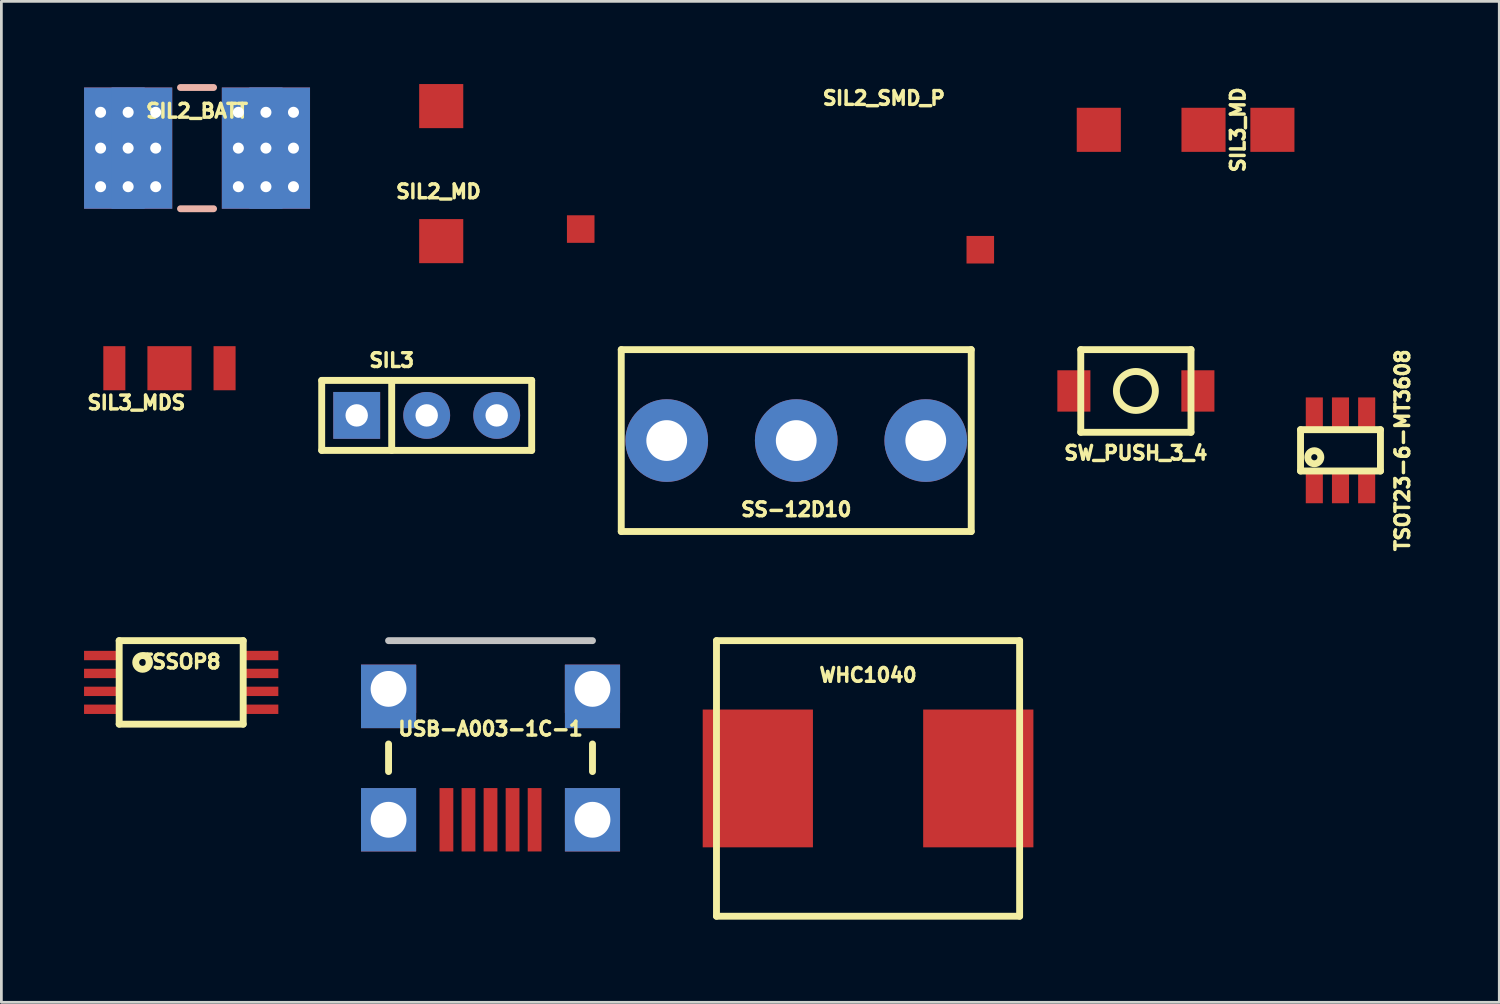
<source format=kicad_pcb>
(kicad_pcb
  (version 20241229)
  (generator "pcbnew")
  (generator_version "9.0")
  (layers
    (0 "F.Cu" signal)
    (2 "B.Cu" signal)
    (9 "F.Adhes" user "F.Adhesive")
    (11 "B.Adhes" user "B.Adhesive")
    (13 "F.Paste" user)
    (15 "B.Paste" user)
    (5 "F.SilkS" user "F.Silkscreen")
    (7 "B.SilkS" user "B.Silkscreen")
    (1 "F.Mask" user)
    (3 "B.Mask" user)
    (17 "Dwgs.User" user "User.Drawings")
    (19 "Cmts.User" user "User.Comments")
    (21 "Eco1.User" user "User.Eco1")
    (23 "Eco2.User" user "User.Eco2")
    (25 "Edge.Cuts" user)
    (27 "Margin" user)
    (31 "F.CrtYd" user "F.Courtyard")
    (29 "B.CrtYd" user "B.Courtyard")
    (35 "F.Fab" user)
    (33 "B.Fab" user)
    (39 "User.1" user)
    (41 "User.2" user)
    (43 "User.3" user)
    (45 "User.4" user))
  (footprint "SS-12D10"
    (layer "F.Cu")
    (at 25.844 12.937)
    (property "Reference" "SS-12D10" (at 0 2.5 0) (layer "F.SilkS") (effects (font (size 0.5 0.5) (thickness 0.125))))
    (attr through_hole)
    (fp_line (start -6.35 -3.3) (end -6.35 3.3) (stroke (width 0.25) (type solid)) (layer "F.SilkS"))
    (fp_line (start -6.35 3.3) (end 6.35 3.3) (stroke (width 0.25) (type solid)) (layer "F.SilkS"))
    (fp_line (start 6.35 -3.3) (end -6.35 -3.3) (stroke (width 0.25) (type solid)) (layer "F.SilkS"))
    (fp_line (start 6.35 -3.3) (end 6.35 3.3) (stroke (width 0.25) (type solid)) (layer "F.SilkS"))
    (pad "1" thru_hole circle (at -4.7 0) (size 3 3) (drill 1.48) (layers "*.Cu" "*.Mask"))
    (pad "2" thru_hole circle (at 0 0) (size 3 3) (drill 1.48) (layers "*.Cu" "*.Mask"))
    (pad "3" thru_hole circle (at 4.7 0) (size 3 3) (drill 1.48) (layers "*.Cu" "*.Mask")))
  (footprint "SIL3"
    (layer "F.Cu")
    (at 11.164 12.024)
    (property "Reference" "SIL3" (at 0 -2 0) (layer "F.SilkS") (effects (font (size 0.5 0.5) (thickness 0.125))))
    (attr through_hole)
    (fp_line (start -2.54 -1.27) (end 5.08 -1.27) (stroke (width 0.25) (type solid)) (layer "F.SilkS"))
    (fp_line (start -2.54 1.27) (end -2.54 -1.27) (stroke (width 0.25) (type solid)) (layer "F.SilkS"))
    (fp_line (start 0 -1.27) (end 0 1.27) (stroke (width 0.25) (type solid)) (layer "F.SilkS"))
    (fp_line (start 5.08 -1.27) (end 5.08 1.27) (stroke (width 0.25) (type solid)) (layer "F.SilkS"))
    (fp_line (start 5.08 1.27) (end -2.54 1.27) (stroke (width 0.25) (type solid)) (layer "F.SilkS"))
    (pad "1" thru_hole rect (at -1.27 0) (size 1.7 1.7) (drill 0.813) (layers "*.Cu" "*.Mask"))
    (pad "2" thru_hole circle (at 1.27 0) (size 1.7 1.7) (drill 0.813) (layers "*.Cu" "*.Mask"))
    (pad "3" thru_hole circle (at 3.81 0) (size 1.7 1.7) (drill 0.813) (layers "*.Cu" "*.Mask")))
  (footprint "SIL2_SMD_P"
    (layer "F.Cu")
    (at 29.023 0.512)
    (property "Reference" "SIL2_SMD_P" (at 0 0 0) (layer "F.SilkS") (effects (font (size 0.5 0.5) (thickness 0.125))))
    (attr through_hole)
    (pad "1" smd rect (at -11 4.75) (size 1 1) (layers "F.Cu" "F.Mask"))
    (pad "2" smd rect (at 3.5 5.5) (size 1 1) (layers "F.Cu" "F.Mask")))
  (footprint "WHC1040"
    (layer "F.Cu")
    (at 28.45 25.198)
    (property "Reference" "WHC1040" (at 0 -3.75 0) (layer "F.SilkS") (effects (font (size 0.5 0.5) (thickness 0.125))))
    (attr through_hole)
    (fp_line (start -5.5 -5) (end 5.5 -5) (stroke (width 0.25) (type solid)) (layer "F.SilkS"))
    (fp_line (start -5.5 5) (end -5.5 -5) (stroke (width 0.25) (type solid)) (layer "F.SilkS"))
    (fp_line (start -5.5 5) (end 5.5 5) (stroke (width 0.25) (type solid)) (layer "F.SilkS"))
    (fp_line (start 5.5 5) (end 5.5 -5) (stroke (width 0.25) (type solid)) (layer "F.SilkS"))
    (pad "1" smd rect (at -4 0) (size 4 5) (layers "F.Cu" "F.Mask" "F.Paste"))
    (pad "2" smd rect (at 4 0) (size 4 5) (layers "F.Cu" "F.Mask" "F.Paste")))
  (footprint "SIL2_BATT"
    (layer "F.Cu")
    (at 4.1 1.225)
    (property "Reference" "SIL2_BATT" (at 0 -0.25 0) (layer "F.SilkS") (effects (font (size 0.5 0.5) (thickness 0.125))))
    (attr through_hole)
    (fp_line (start -0.6 -1.1) (end 0.6 -1.1) (stroke (width 0.25) (type solid)) (layer "B.SilkS"))
    (fp_line (start -0.6 3.3) (end 0.6 3.3) (stroke (width 0.25) (type solid)) (layer "B.SilkS"))
    (pad "1" thru_hole circle (at -3.5 -0.2) (size 0.9 0.9) (drill 0.4) (layers "*.Cu" "*.Mask"))
    (pad "1" thru_hole circle (at -3.5 1.1) (size 0.9 0.9) (drill 0.4) (layers "*.Cu" "*.Mask"))
    (pad "1" thru_hole circle (at -3.5 2.5) (size 0.9 0.9) (drill 0.4) (layers "*.Cu" "*.Mask"))
    (pad "1" smd rect (at -3 1.1) (size 2.2 4.4) (layers "F.Cu"))
    (pad "1" smd rect (at -3 1.1) (size 2.2 4.4) (layers "B.Cu" "B.Mask"))
    (pad "1" thru_hole circle (at -2.5 -0.2) (size 0.9 0.9) (drill 0.4) (layers "*.Cu" "*.Mask"))
    (pad "1" thru_hole circle (at -2.5 1.1) (size 0.9 0.9) (drill 0.4) (layers "*.Cu" "*.Mask"))
    (pad "1" thru_hole circle (at -2.5 2.5) (size 0.9 0.9) (drill 0.4) (layers "*.Cu" "*.Mask"))
    (pad "1" smd rect (at -2 1.1) (size 2.2 4.4) (layers "F.Cu"))
    (pad "1" smd rect (at -2 1.1) (size 2.2 4.4) (layers "B.Cu" "B.Mask"))
    (pad "1" thru_hole circle (at -1.5 -0.2) (size 0.9 0.9) (drill 0.4) (layers "*.Cu" "*.Mask"))
    (pad "1" thru_hole circle (at -1.5 1.1) (size 0.9 0.9) (drill 0.4) (layers "*.Cu" "*.Mask"))
    (pad "1" thru_hole circle (at -1.5 2.5) (size 0.9 0.9) (drill 0.4) (layers "*.Cu" "*.Mask"))
    (pad "2" thru_hole circle (at 1.5 -0.2) (size 0.9 0.9) (drill 0.4) (layers "*.Cu" "*.Mask"))
    (pad "2" thru_hole circle (at 1.5 1.1) (size 0.9 0.9) (drill 0.4) (layers "*.Cu" "*.Mask"))
    (pad "2" thru_hole circle (at 1.5 2.5) (size 0.9 0.9) (drill 0.4) (layers "*.Cu" "*.Mask"))
    (pad "2" smd rect (at 2 1.1) (size 2.2 4.4) (layers "F.Cu"))
    (pad "2" smd rect (at 2 1.1) (size 2.2 4.4) (layers "B.Cu" "B.Mask"))
    (pad "2" thru_hole circle (at 2.5 -0.2) (size 0.9 0.9) (drill 0.4) (layers "*.Cu" "*.Mask"))
    (pad "2" thru_hole circle (at 2.5 1.1) (size 0.9 0.9) (drill 0.4) (layers "*.Cu" "*.Mask"))
    (pad "2" thru_hole circle (at 2.5 2.5) (size 0.9 0.9) (drill 0.4) (layers "*.Cu" "*.Mask"))
    (pad "2" smd rect (at 3 1.1) (size 2.2 4.4) (layers "F.Cu"))
    (pad "2" smd rect (at 3 1.1) (size 2.2 4.4) (layers "B.Cu" "B.Mask"))
    (pad "2" thru_hole circle (at 3.5 -0.2) (size 0.9 0.9) (drill 0.4) (layers "*.Cu" "*.Mask"))
    (pad "2" thru_hole circle (at 3.5 1.1) (size 0.9 0.9) (drill 0.4) (layers "*.Cu" "*.Mask"))
    (pad "2" thru_hole circle (at 3.5 2.5) (size 0.9 0.9) (drill 0.4) (layers "*.Cu" "*.Mask")))
  (footprint "TSSOP8"
    (layer "F.Cu")
    (at 3.525 21.713)
    (property "Reference" "TSSOP8" (at 0 -0.75 0) (layer "F.SilkS") (effects (font (size 0.5 0.5) (thickness 0.125))))
    (attr smd)
    (fp_line (start -2.25 -1.515) (end -2.25 1.515) (stroke (width 0.25) (type solid)) (layer "F.SilkS"))
    (fp_line (start -2.25 -1.515) (end 2.25 -1.515) (stroke (width 0.25) (type solid)) (layer "F.SilkS"))
    (fp_line (start -2.25 1.515) (end 2.25 1.515) (stroke (width 0.25) (type solid)) (layer "F.SilkS"))
    (fp_line (start 2.25 -1.515) (end 2.25 1.515) (stroke (width 0.25) (type solid)) (layer "F.SilkS"))
    (fp_circle (center -1.4 -0.725) (end -1.15 -0.725) (stroke (width 0.25) (type solid)) (fill no) (layer "F.SilkS"))
    (pad "1" smd rect (at -2.9 -0.975) (size 1.25 0.34) (layers "F.Cu" "F.Mask" "F.Paste"))
    (pad "2" smd rect (at -2.9 -0.325) (size 1.25 0.34) (layers "F.Cu" "F.Mask" "F.Paste"))
    (pad "3" smd rect (at -2.9 0.325) (size 1.25 0.34) (layers "F.Cu" "F.Mask" "F.Paste"))
    (pad "4" smd rect (at -2.9 0.975) (size 1.25 0.34) (layers "F.Cu" "F.Mask" "F.Paste"))
    (pad "5" smd rect (at 2.9 0.975) (size 1.25 0.34) (layers "F.Cu" "F.Mask" "F.Paste"))
    (pad "6" smd rect (at 2.9 0.325) (size 1.25 0.34) (layers "F.Cu" "F.Mask" "F.Paste"))
    (pad "7" smd rect (at 2.9 -0.325) (size 1.25 0.34) (layers "F.Cu" "F.Mask" "F.Paste"))
    (pad "8" smd rect (at 2.9 -0.975) (size 1.25 0.34) (layers "F.Cu" "F.Mask" "F.Paste")))
  (footprint "TSOT23-6-MT3608"
    (layer "F.Cu")
    (at 45.594 13.292)
    (property "Reference" "TSOT23-6-MT3608" (at 2.25 0 90) (layer "F.SilkS") (effects (font (size 0.5 0.5) (thickness 0.125))))
    (attr through_hole)
    (fp_line (start -1.45 -0.75) (end -1.45 0.75) (stroke (width 0.25) (type solid)) (layer "F.SilkS"))
    (fp_line (start -1.45 -0.75) (end 1.45 -0.75) (stroke (width 0.25) (type solid)) (layer "F.SilkS"))
    (fp_line (start -1.45 0.75) (end 1.45 0.75) (stroke (width 0.25) (type solid)) (layer "F.SilkS"))
    (fp_line (start 1.45 -0.75) (end 1.45 0.75) (stroke (width 0.25) (type solid)) (layer "F.SilkS"))
    (fp_circle (center -0.95 0.25) (end -0.85 0.3) (stroke (width 0.25) (type solid)) (fill no) (layer "F.SilkS"))
    (pad "1" smd rect (at -0.95 1.31) (size 0.62 1.22) (layers "F.Cu" "F.Mask" "F.Paste"))
    (pad "2" smd rect (at 0 1.31) (size 0.62 1.22) (layers "F.Cu" "F.Mask" "F.Paste"))
    (pad "3" smd rect (at 0.95 1.31) (size 0.62 1.22) (layers "F.Cu" "F.Mask" "F.Paste"))
    (pad "4" smd rect (at 0.95 -1.31) (size 0.62 1.22) (layers "F.Cu" "F.Mask" "F.Paste"))
    (pad "5" smd rect (at -0.95 -1.31) (size 0.62 1.22) (layers "F.Cu" "F.Mask" "F.Paste"))
    (pad "5" smd rect (at 0 -1.31) (size 0.62 1.22) (layers "F.Cu" "F.Mask" "F.Paste")))
  (footprint "SIL3_MDS"
    (layer "F.Cu")
    (at 1.899 10.312)
    (property "Reference" "SIL3_MDS" (at 0 1.25 0) (layer "F.SilkS") (effects (font (size 0.5 0.5) (thickness 0.125))))
    (attr through_hole)
    (pad "1" smd rect (at -0.8 0) (size 0.8 1.6) (layers "F.Cu" "F.Mask" "F.Paste"))
    (pad "2" smd rect (at 1.2 0) (size 1.6 1.6) (layers "F.Cu" "F.Mask" "F.Paste"))
    (pad "3" smd rect (at 3.2 0) (size 0.8 1.6) (layers "F.Cu" "F.Mask" "F.Paste")))
  (footprint "SIL2_MD"
    (layer "F.Cu")
    (at 11.861 0.4)
    (property "Reference" "SIL2_MD" (at 1 3.5 0) (layer "F.SilkS") (effects (font (size 0.5 0.5) (thickness 0.125))))
    (attr through_hole)
    (pad "1" smd rect (at 1.1 5.3) (size 1.6 1.6) (layers "F.Cu" "F.Mask" "F.Paste"))
    (pad "2" smd rect (at 1.1 0.4) (size 1.6 1.6) (layers "F.Cu" "F.Mask" "F.Paste")))
  (footprint "SIL3_MD"
    (layer "F.Cu")
    (at 39.123 1.661)
    (property "Reference" "SIL3_MD" (at 2.75 0 90) (layer "F.SilkS") (effects (font (size 0.5 0.5) (thickness 0.125))))
    (attr through_hole)
    (pad "1" smd rect (at 1.5 0) (size 1.6 1.6) (layers "F.Cu" "F.Mask" "F.Paste"))
    (pad "2" smd rect (at -2.3 0) (size 1.6 1.6) (layers "F.Cu" "F.Mask" "F.Paste"))
    (pad "3" smd rect (at 4 0) (size 1.6 1.6) (layers "F.Cu" "F.Mask" "F.Paste")))
  (footprint "SW_PUSH_3_4"
    (layer "F.Cu")
    (at 35.919 11.137)
    (property "Reference" "SW_PUSH_3_4" (at 2.25 2.25 0) (layer "F.SilkS") (effects (font (size 0.5 0.5) (thickness 0.125))))
    (attr through_hole)
    (fp_line (start 0.25 -1.5) (end 4.25 -1.5) (stroke (width 0.25) (type solid)) (layer "F.SilkS"))
    (fp_line (start 0.25 1.5) (end 0.25 -1.5) (stroke (width 0.25) (type solid)) (layer "F.SilkS"))
    (fp_line (start 4.25 -1.5) (end 4.25 1.5) (stroke (width 0.25) (type solid)) (layer "F.SilkS"))
    (fp_line (start 4.25 1.5) (end 0.25 1.5) (stroke (width 0.25) (type solid)) (layer "F.SilkS"))
    (fp_circle (center 2.25 0) (end 2.75 0.5) (stroke (width 0.25) (type solid)) (fill no) (layer "F.SilkS"))
    (pad "1" smd rect (at 0 0) (size 1.2 1.5) (layers "F.Cu" "F.Mask" "F.Paste"))
    (pad "2" smd rect (at 4.5 0) (size 1.2 1.5) (layers "F.Cu" "F.Mask" "F.Paste")))
  (footprint "USB-A003-1C-1"
    (layer "F.Cu")
    (at 14.75 26.698)
    (property "Reference" "USB-A003-1C-1" (at 0 -3.3 0) (layer "F.SilkS") (effects (font (size 0.5 0.5) (thickness 0.125))))
    (attr through_hole)
    (fp_line (start -3.7 -2.75) (end -3.7 -1.75) (stroke (width 0.25) (type solid)) (layer "F.SilkS"))
    (fp_line (start 3.7 -2.75) (end 3.7 -1.75) (stroke (width 0.25) (type solid)) (layer "F.SilkS"))
    (fp_line (start 3.7 -6.5) (end -3.7 -6.5) (stroke (width 0.25) (type solid)) (layer "Dwgs.User"))
    (pad "" thru_hole rect (at -3.7 -4.75) (size 2 1.75) (drill 1.3) (layers "*.Cu" "*.Mask"))
    (pad "" smd rect (at -3.7 -4.475) (size 2 2.3) (layers "F.Cu" "F.Mask"))
    (pad "" smd rect (at -3.7 -4.475) (size 2 2.3) (layers "B.Cu" "B.Mask"))
    (pad "" thru_hole rect (at -3.7 0) (size 2 2.3) (drill 1.3) (layers "*.Cu" "*.Mask"))
    (pad "" thru_hole rect (at 3.7 -4.75) (size 2 1.75) (drill 1.3) (layers "*.Cu" "*.Mask"))
    (pad "" smd rect (at 3.7 -4.475) (size 2 2.3) (layers "F.Cu" "F.Mask"))
    (pad "" smd rect (at 3.7 -4.475) (size 2 2.3) (layers "B.Cu" "B.Mask"))
    (pad "" thru_hole rect (at 3.7 0) (size 2 2.3) (drill 1.3) (layers "*.Cu" "*.Mask"))
    (pad "1" smd rect (at 1.6 0) (size 0.5 2.3) (layers "F.Cu" "F.Mask" "F.Paste"))
    (pad "2" smd rect (at 0.8 0) (size 0.5 2.3) (layers "F.Cu" "F.Mask" "F.Paste"))
    (pad "3" smd rect (at 0 0) (size 0.5 2.3) (layers "F.Cu" "F.Mask" "F.Paste"))
    (pad "4" smd rect (at -0.8 0) (size 0.5 2.3) (layers "F.Cu" "F.Mask" "F.Paste"))
    (pad "5" smd rect (at -1.6 0) (size 0.5 2.3) (layers "F.Cu" "F.Mask" "F.Paste")))
  (gr_rect
    (start -3 -3)
    (end 51.356 33.323)
    (stroke (width 0.1) (type default))
    (fill no)
    (layer "Edge.Cuts")))
</source>
